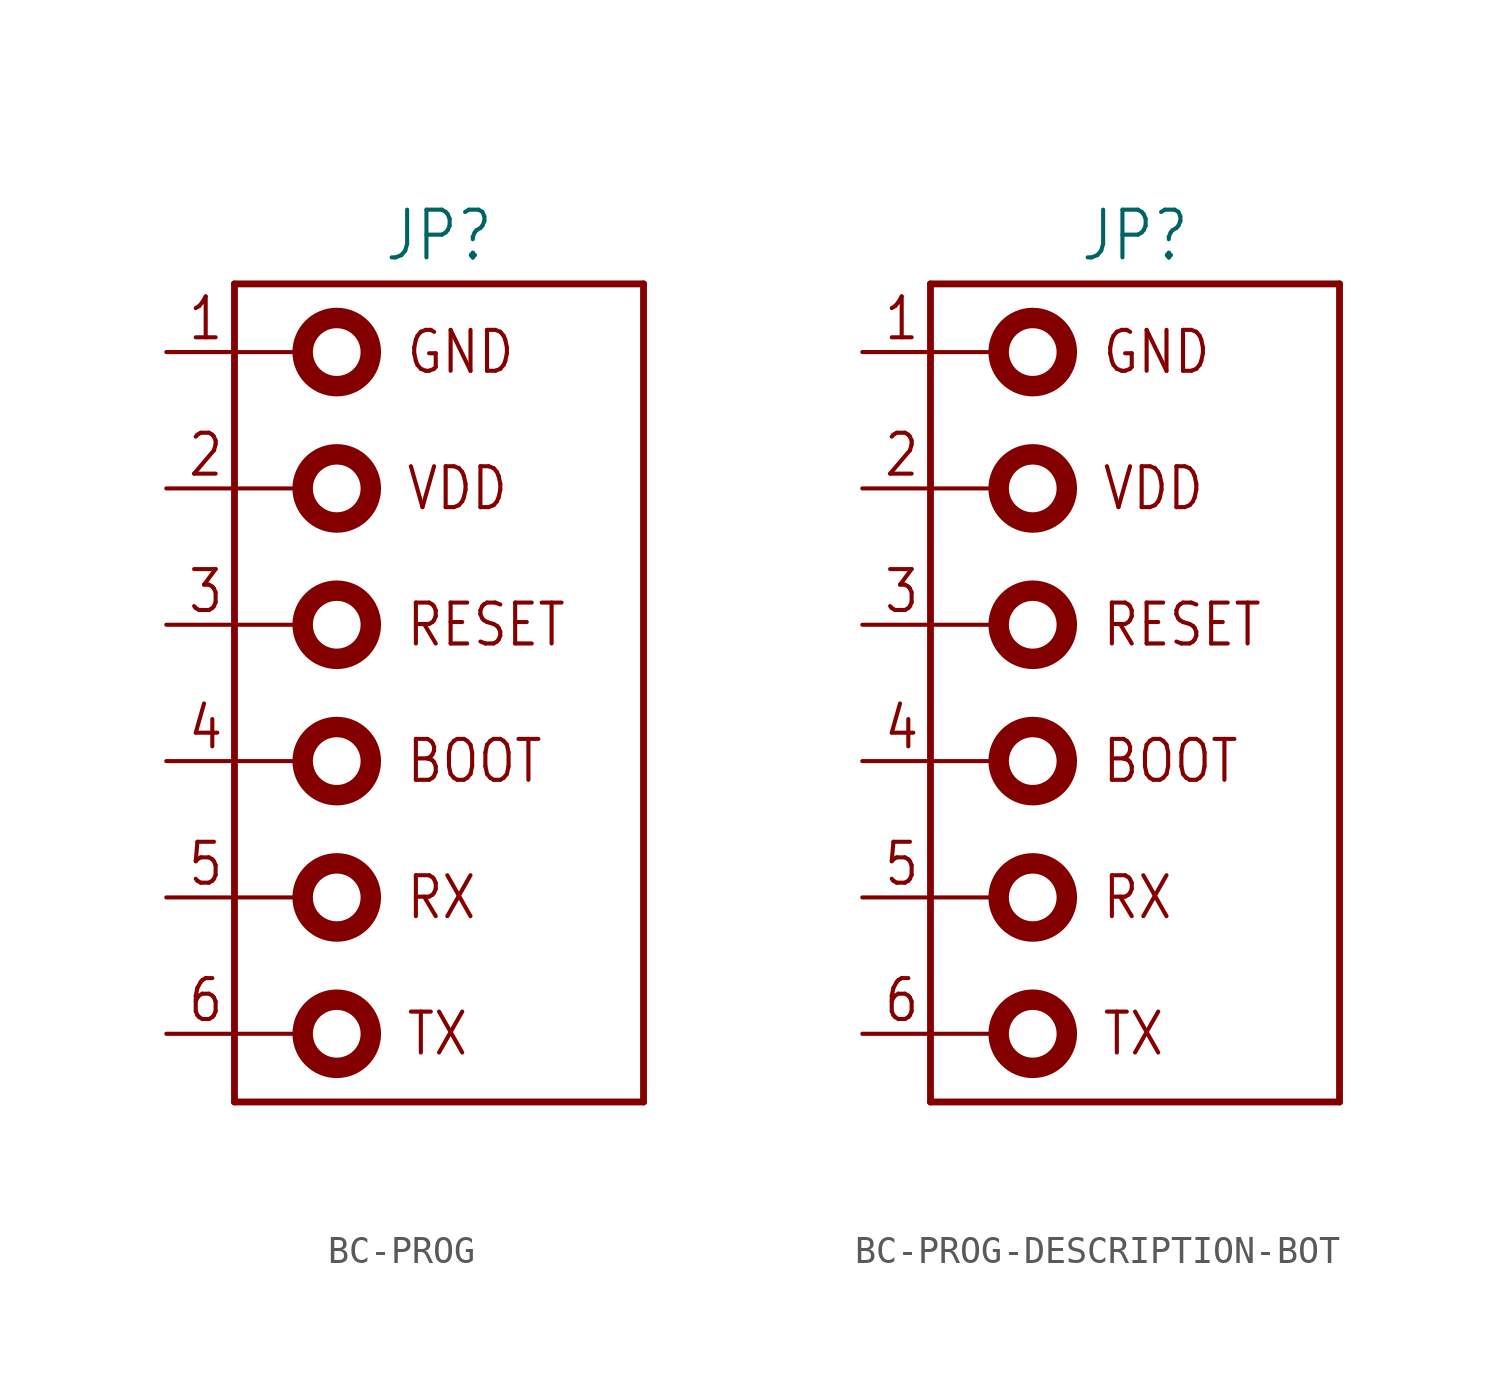
<source format=kicad_sym>
(kicad_symbol_lib
  (version 20231120)
  (generator "kicad_symbol_editor")
  (generator_version "8.0")
  (symbol "BC-PROG"
    (property "Reference" "JP"
      (at 0 16.002 0)
      (effects (font (size 1.778 1.511)) (justify bottom)))
    (property "Value" ""
      (at 0 -15.875 0)
      (effects (font (size 1.778 1.511)) (justify top)))
    (property "ki_locked" ""
      (at 0 0 0)
      (effects (font (size 1.27 1.27))))
    (symbol "BC-PROG_1_0"
      (circle (center -3.81 -12.7) (radius 1.27) (stroke (width 0.762) (type solid)) (fill (type none)))
      (circle (center -3.81 -7.62) (radius 1.27) (stroke (width 0.762) (type solid)) (fill (type none)))
      (circle (center -3.81 -2.54) (radius 1.27) (stroke (width 0.762) (type solid)) (fill (type none)))
      (circle (center -3.81 2.54) (radius 1.27) (stroke (width 0.762) (type solid)) (fill (type none)))
      (circle (center -3.81 7.62) (radius 1.27) (stroke (width 0.762) (type solid)) (fill (type none)))
      (circle (center -3.81 12.7) (radius 1.27) (stroke (width 0.762) (type solid)) (fill (type none)))
      (polyline (pts (xy -7.62 -15.24) (xy -7.62 -12.7)) (stroke (width 0.254) (type solid)) (fill (type none)))
      (polyline (pts (xy -7.62 -12.7) (xy -5.08 -12.7)) (stroke (width 0.152) (type solid)) (fill (type none)))
      (polyline (pts (xy -7.62 -7.62) (xy -7.62 -12.7)) (stroke (width 0.254) (type solid)) (fill (type none)))
      (polyline (pts (xy -7.62 -7.62) (xy -5.08 -7.62)) (stroke (width 0.152) (type solid)) (fill (type none)))
      (polyline (pts (xy -7.62 -2.54) (xy -7.62 -7.62)) (stroke (width 0.254) (type solid)) (fill (type none)))
      (polyline (pts (xy -7.62 -2.54) (xy -5.08 -2.54)) (stroke (width 0.152) (type solid)) (fill (type none)))
      (polyline (pts (xy -7.62 2.54) (xy -7.62 -2.54)) (stroke (width 0.254) (type solid)) (fill (type none)))
      (polyline (pts (xy -7.62 2.54) (xy -5.08 2.54)) (stroke (width 0.152) (type solid)) (fill (type none)))
      (polyline (pts (xy -7.62 7.62) (xy -7.62 2.54)) (stroke (width 0.254) (type solid)) (fill (type none)))
      (polyline (pts (xy -7.62 7.62) (xy -5.08 7.62)) (stroke (width 0.152) (type solid)) (fill (type none)))
      (polyline (pts (xy -7.62 12.7) (xy -7.62 7.62)) (stroke (width 0.254) (type solid)) (fill (type none)))
      (polyline (pts (xy -7.62 12.7) (xy -5.08 12.7)) (stroke (width 0.152) (type solid)) (fill (type none)))
      (polyline (pts (xy -7.62 15.24) (xy -7.62 12.7)) (stroke (width 0.254) (type solid)) (fill (type none)))
      (polyline (pts (xy -7.62 15.24) (xy 7.62 15.24)) (stroke (width 0.254) (type solid)) (fill (type none)))
      (polyline (pts (xy 7.62 -15.24) (xy -7.62 -15.24)) (stroke (width 0.254) (type solid)) (fill (type none)))
      (polyline (pts (xy 7.62 15.24) (xy 7.62 -15.24)) (stroke (width 0.254) (type solid)) (fill (type none)))
      (text "1" (at -7.976 13.056 0) (effects (font (size 1.524 1.295)) (justify right bottom)))
      (text "2" (at -7.976 7.976 0) (effects (font (size 1.524 1.295)) (justify right bottom)))
      (text "3" (at -7.976 2.896 0) (effects (font (size 1.524 1.295)) (justify right bottom)))
      (text "4" (at -7.976 -2.184 0) (effects (font (size 1.524 1.295)) (justify right bottom)))
      (text "5" (at -7.976 -7.264 0) (effects (font (size 1.524 1.295)) (justify right bottom)))
      (text "6" (at -7.976 -12.344 0) (effects (font (size 1.524 1.295)) (justify right bottom)))
      (text "BOOT" (at -1.27 -2.54 0) (effects (font (size 1.524 1.295)) (justify left)))
      (text "GND" (at -1.27 12.7 0) (effects (font (size 1.524 1.295)) (justify left)))
      (text "RESET" (at -1.27 2.54 0) (effects (font (size 1.524 1.295)) (justify left)))
      (text "RX" (at -1.27 -7.62 0) (effects (font (size 1.524 1.295)) (justify left)))
      (text "TX" (at -1.27 -12.7 0) (effects (font (size 1.524 1.295)) (justify left)))
      (text "VDD" (at -1.27 7.62 0) (effects (font (size 1.524 1.295)) (justify left)))
      (pin passive line (at -10.16 12.7 0) (length 2.54) (name "GND" (effects (font (size 0 0)))) (number "1" (effects (font (size 0 0)))))
      (pin passive line (at -10.16 7.62 0) (length 2.54) (name "VDD" (effects (font (size 0 0)))) (number "2" (effects (font (size 0 0)))))
      (pin passive line (at -10.16 2.54 0) (length 2.54) (name "RESET" (effects (font (size 0 0)))) (number "3" (effects (font (size 0 0)))))
      (pin passive line (at -10.16 -2.54 0) (length 2.54) (name "BOOT" (effects (font (size 0 0)))) (number "4" (effects (font (size 0 0)))))
      (pin passive line (at -10.16 -7.62 0) (length 2.54) (name "RX" (effects (font (size 0 0)))) (number "5" (effects (font (size 0 0)))))
      (pin passive line (at -10.16 -12.7 0) (length 2.54) (name "TX" (effects (font (size 0 0)))) (number "6" (effects (font (size 0 0)))))))
  (symbol "BC-PROG-DESCRIPTION-BOT"
    (property "Reference" "JP"
      (at 0 16.002 0)
      (effects (font (size 1.778 1.511)) (justify bottom)))
    (property "Value" ""
      (at 0 -15.875 0)
      (effects (font (size 1.778 1.511)) (justify top)))
    (property "ki_locked" ""
      (at 0 0 0)
      (effects (font (size 1.27 1.27))))
    (symbol "BC-PROG-DESCRIPTION-BOT_1_0"
      (circle (center -3.81 -12.7) (radius 1.27) (stroke (width 0.762) (type solid)) (fill (type none)))
      (circle (center -3.81 -7.62) (radius 1.27) (stroke (width 0.762) (type solid)) (fill (type none)))
      (circle (center -3.81 -2.54) (radius 1.27) (stroke (width 0.762) (type solid)) (fill (type none)))
      (circle (center -3.81 2.54) (radius 1.27) (stroke (width 0.762) (type solid)) (fill (type none)))
      (circle (center -3.81 7.62) (radius 1.27) (stroke (width 0.762) (type solid)) (fill (type none)))
      (circle (center -3.81 12.7) (radius 1.27) (stroke (width 0.762) (type solid)) (fill (type none)))
      (polyline (pts (xy -7.62 -15.24) (xy -7.62 -12.7)) (stroke (width 0.254) (type solid)) (fill (type none)))
      (polyline (pts (xy -7.62 -12.7) (xy -5.08 -12.7)) (stroke (width 0.152) (type solid)) (fill (type none)))
      (polyline (pts (xy -7.62 -7.62) (xy -7.62 -12.7)) (stroke (width 0.254) (type solid)) (fill (type none)))
      (polyline (pts (xy -7.62 -7.62) (xy -5.08 -7.62)) (stroke (width 0.152) (type solid)) (fill (type none)))
      (polyline (pts (xy -7.62 -2.54) (xy -7.62 -7.62)) (stroke (width 0.254) (type solid)) (fill (type none)))
      (polyline (pts (xy -7.62 -2.54) (xy -5.08 -2.54)) (stroke (width 0.152) (type solid)) (fill (type none)))
      (polyline (pts (xy -7.62 2.54) (xy -7.62 -2.54)) (stroke (width 0.254) (type solid)) (fill (type none)))
      (polyline (pts (xy -7.62 2.54) (xy -5.08 2.54)) (stroke (width 0.152) (type solid)) (fill (type none)))
      (polyline (pts (xy -7.62 7.62) (xy -7.62 2.54)) (stroke (width 0.254) (type solid)) (fill (type none)))
      (polyline (pts (xy -7.62 7.62) (xy -5.08 7.62)) (stroke (width 0.152) (type solid)) (fill (type none)))
      (polyline (pts (xy -7.62 12.7) (xy -7.62 7.62)) (stroke (width 0.254) (type solid)) (fill (type none)))
      (polyline (pts (xy -7.62 12.7) (xy -5.08 12.7)) (stroke (width 0.152) (type solid)) (fill (type none)))
      (polyline (pts (xy -7.62 15.24) (xy -7.62 12.7)) (stroke (width 0.254) (type solid)) (fill (type none)))
      (polyline (pts (xy -7.62 15.24) (xy 7.62 15.24)) (stroke (width 0.254) (type solid)) (fill (type none)))
      (polyline (pts (xy 7.62 -15.24) (xy -7.62 -15.24)) (stroke (width 0.254) (type solid)) (fill (type none)))
      (polyline (pts (xy 7.62 15.24) (xy 7.62 -15.24)) (stroke (width 0.254) (type solid)) (fill (type none)))
      (text "1" (at -7.976 13.056 0) (effects (font (size 1.524 1.295)) (justify right bottom)))
      (text "2" (at -7.976 7.976 0) (effects (font (size 1.524 1.295)) (justify right bottom)))
      (text "3" (at -7.976 2.896 0) (effects (font (size 1.524 1.295)) (justify right bottom)))
      (text "4" (at -7.976 -2.184 0) (effects (font (size 1.524 1.295)) (justify right bottom)))
      (text "5" (at -7.976 -7.264 0) (effects (font (size 1.524 1.295)) (justify right bottom)))
      (text "6" (at -7.976 -12.344 0) (effects (font (size 1.524 1.295)) (justify right bottom)))
      (text "BOOT" (at -1.27 -2.54 0) (effects (font (size 1.524 1.295)) (justify left)))
      (text "GND" (at -1.27 12.7 0) (effects (font (size 1.524 1.295)) (justify left)))
      (text "RESET" (at -1.27 2.54 0) (effects (font (size 1.524 1.295)) (justify left)))
      (text "RX" (at -1.27 -7.62 0) (effects (font (size 1.524 1.295)) (justify left)))
      (text "TX" (at -1.27 -12.7 0) (effects (font (size 1.524 1.295)) (justify left)))
      (text "VDD" (at -1.27 7.62 0) (effects (font (size 1.524 1.295)) (justify left)))
      (pin passive line (at -10.16 12.7 0) (length 2.54) (name "GND" (effects (font (size 0 0)))) (number "1" (effects (font (size 0 0)))))
      (pin passive line (at -10.16 7.62 0) (length 2.54) (name "VDD" (effects (font (size 0 0)))) (number "2" (effects (font (size 0 0)))))
      (pin passive line (at -10.16 2.54 0) (length 2.54) (name "RESET" (effects (font (size 0 0)))) (number "3" (effects (font (size 0 0)))))
      (pin passive line (at -10.16 -2.54 0) (length 2.54) (name "BOOT" (effects (font (size 0 0)))) (number "4" (effects (font (size 0 0)))))
      (pin passive line (at -10.16 -7.62 0) (length 2.54) (name "RX" (effects (font (size 0 0)))) (number "5" (effects (font (size 0 0)))))
      (pin passive line (at -10.16 -12.7 0) (length 2.54) (name "TX" (effects (font (size 0 0)))) (number "6" (effects (font (size 0 0))))))))
</source>
